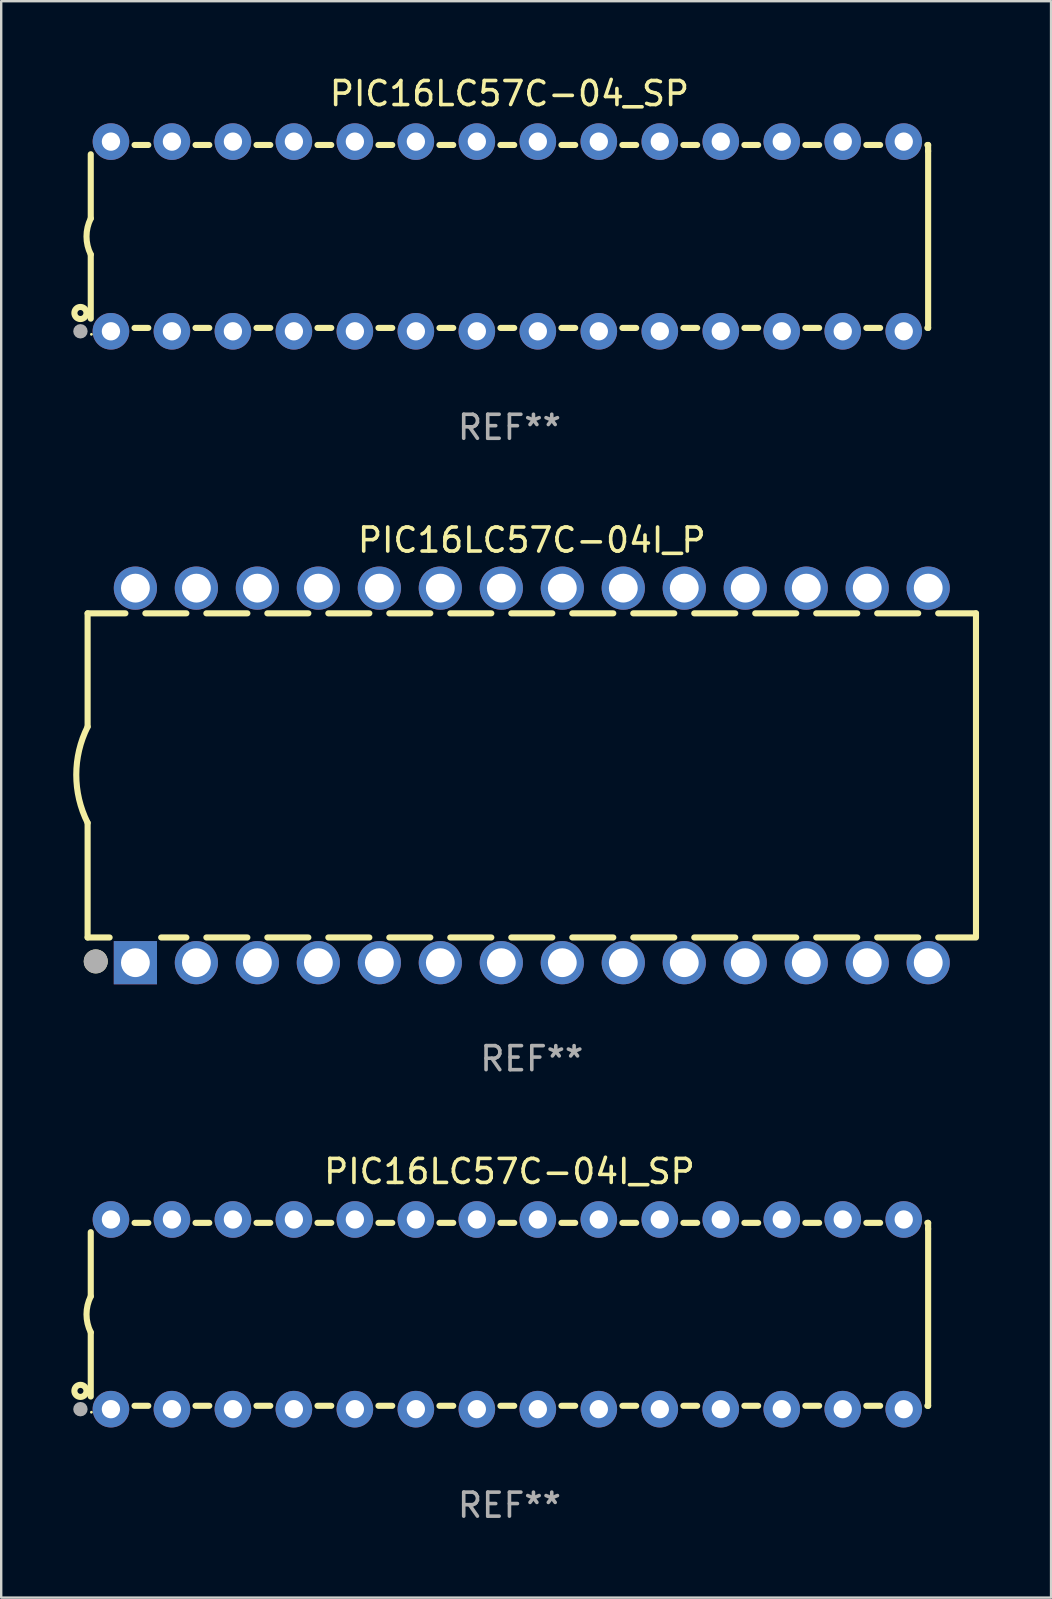
<source format=kicad_pcb>
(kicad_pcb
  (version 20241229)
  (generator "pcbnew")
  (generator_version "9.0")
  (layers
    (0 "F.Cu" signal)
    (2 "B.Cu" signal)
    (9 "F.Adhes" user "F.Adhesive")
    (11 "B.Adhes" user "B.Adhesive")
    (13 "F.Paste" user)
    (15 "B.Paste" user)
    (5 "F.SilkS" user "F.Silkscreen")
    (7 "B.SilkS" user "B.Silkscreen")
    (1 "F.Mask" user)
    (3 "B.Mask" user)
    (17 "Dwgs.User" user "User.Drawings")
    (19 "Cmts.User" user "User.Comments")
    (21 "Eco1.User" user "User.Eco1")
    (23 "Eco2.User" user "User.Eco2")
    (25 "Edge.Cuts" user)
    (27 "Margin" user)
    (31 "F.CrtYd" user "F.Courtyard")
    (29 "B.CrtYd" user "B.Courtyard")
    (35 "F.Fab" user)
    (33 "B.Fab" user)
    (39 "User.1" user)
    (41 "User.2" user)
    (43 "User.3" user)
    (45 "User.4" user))
  (footprint "PIC16LC57C-04I_P"
    (layer "F.Cu")
    (at 19.099 29.245)
    (property "Reference" "PIC16LC57C-04I_P" (at 0 -9.8 0) (layer "F.SilkS") (effects (font (size 1 1) (thickness 0.15))))
    (attr through_hole)
    (fp_line (start -18.5 -6.75) (end -18.5 -2.026) (stroke (width 0.254) (type solid)) (layer "F.SilkS"))
    (fp_line (start -18.5 -6.75) (end -16.926 -6.75) (stroke (width 0.254) (type solid)) (layer "F.SilkS"))
    (fp_line (start -18.5 6.75) (end -18.5 1.974) (stroke (width 0.254) (type solid)) (layer "F.SilkS"))
    (fp_line (start -18.5 6.75) (end -17.584 6.75) (stroke (width 0.254) (type solid)) (layer "F.SilkS"))
    (fp_line (start -16.094 -6.75) (end -14.386 -6.75) (stroke (width 0.254) (type solid)) (layer "F.SilkS"))
    (fp_line (start -15.436 6.75) (end -14.386 6.75) (stroke (width 0.254) (type solid)) (layer "F.SilkS"))
    (fp_line (start -13.554 -6.75) (end -11.846 -6.75) (stroke (width 0.254) (type solid)) (layer "F.SilkS"))
    (fp_line (start -13.554 6.75) (end -11.846 6.75) (stroke (width 0.254) (type solid)) (layer "F.SilkS"))
    (fp_line (start -11.014 -6.75) (end -9.306 -6.75) (stroke (width 0.254) (type solid)) (layer "F.SilkS"))
    (fp_line (start -11.014 6.75) (end -9.306 6.75) (stroke (width 0.254) (type solid)) (layer "F.SilkS"))
    (fp_line (start -8.474 -6.75) (end -6.766 -6.75) (stroke (width 0.254) (type solid)) (layer "F.SilkS"))
    (fp_line (start -8.474 6.75) (end -6.766 6.75) (stroke (width 0.254) (type solid)) (layer "F.SilkS"))
    (fp_line (start -5.934 -6.75) (end -4.226 -6.75) (stroke (width 0.254) (type solid)) (layer "F.SilkS"))
    (fp_line (start -5.934 6.75) (end -4.226 6.75) (stroke (width 0.254) (type solid)) (layer "F.SilkS"))
    (fp_line (start -3.394 -6.75) (end -1.686 -6.75) (stroke (width 0.254) (type solid)) (layer "F.SilkS"))
    (fp_line (start -3.394 6.75) (end -1.686 6.75) (stroke (width 0.254) (type solid)) (layer "F.SilkS"))
    (fp_line (start -0.854 -6.75) (end 0.854 -6.75) (stroke (width 0.254) (type solid)) (layer "F.SilkS"))
    (fp_line (start -0.854 6.75) (end 0.854 6.75) (stroke (width 0.254) (type solid)) (layer "F.SilkS"))
    (fp_line (start 1.686 -6.75) (end 3.394 -6.75) (stroke (width 0.254) (type solid)) (layer "F.SilkS"))
    (fp_line (start 1.686 6.75) (end 3.394 6.75) (stroke (width 0.254) (type solid)) (layer "F.SilkS"))
    (fp_line (start 4.226 -6.75) (end 5.934 -6.75) (stroke (width 0.254) (type solid)) (layer "F.SilkS"))
    (fp_line (start 4.226 6.75) (end 5.934 6.75) (stroke (width 0.254) (type solid)) (layer "F.SilkS"))
    (fp_line (start 6.766 -6.75) (end 8.474 -6.75) (stroke (width 0.254) (type solid)) (layer "F.SilkS"))
    (fp_line (start 6.766 6.75) (end 8.474 6.75) (stroke (width 0.254) (type solid)) (layer "F.SilkS"))
    (fp_line (start 9.306 -6.75) (end 11.014 -6.75) (stroke (width 0.254) (type solid)) (layer "F.SilkS"))
    (fp_line (start 9.306 6.75) (end 11.014 6.75) (stroke (width 0.254) (type solid)) (layer "F.SilkS"))
    (fp_line (start 11.846 -6.75) (end 13.554 -6.75) (stroke (width 0.254) (type solid)) (layer "F.SilkS"))
    (fp_line (start 11.846 6.75) (end 13.554 6.75) (stroke (width 0.254) (type solid)) (layer "F.SilkS"))
    (fp_line (start 14.386 -6.75) (end 16.094 -6.75) (stroke (width 0.254) (type solid)) (layer "F.SilkS"))
    (fp_line (start 14.386 6.75) (end 16.094 6.75) (stroke (width 0.254) (type solid)) (layer "F.SilkS"))
    (fp_line (start 16.926 -6.75) (end 18.5 -6.75) (stroke (width 0.254) (type solid)) (layer "F.SilkS"))
    (fp_line (start 16.926 6.75) (end 18.415 6.75) (stroke (width 0.254) (type solid)) (layer "F.SilkS"))
    (fp_line (start 18.5 6.75) (end 18.5 -6.75) (stroke (width 0.254) (type solid)) (layer "F.SilkS"))
    (fp_arc (start -18.500051 1.974384) (mid -18.972187 -0.025616) (end -18.500051 -2.025616) (stroke (width 0.254001) (type solid)) (layer "F.SilkS"))
    (fp_circle (center -18.5 7.8) (end -18.47 7.8) (stroke (width 0.06) (type solid)) (fill no) (layer "F.SilkS"))
    (fp_circle (center -18.161 7.747) (end -17.911 7.747) (stroke (width 0.5) (type solid)) (fill no) (layer "F.SilkS"))
    (fp_circle (center -18.161 7.747) (end -17.911 7.747) (stroke (width 0.5) (type solid)) (fill no) (layer "F.Fab"))
    (fp_text user "REF**" (at 0 11.8 0) (layer "F.Fab") (effects (font (size 1 1) (thickness 0.15))))
    (pad "1" thru_hole rect (at -16.51 7.8) (size 1.8 1.8) (drill 1.2) (layers "*.Cu" "*.Mask"))
    (pad "2" thru_hole circle (at -13.97 7.8) (size 1.8 1.8) (drill 1.2) (layers "*.Cu" "*.Mask"))
    (pad "3" thru_hole circle (at -11.43 7.8) (size 1.8 1.8) (drill 1.2) (layers "*.Cu" "*.Mask"))
    (pad "4" thru_hole circle (at -8.89 7.8) (size 1.8 1.8) (drill 1.2) (layers "*.Cu" "*.Mask"))
    (pad "5" thru_hole circle (at -6.35 7.8) (size 1.8 1.8) (drill 1.2) (layers "*.Cu" "*.Mask"))
    (pad "6" thru_hole circle (at -3.81 7.8) (size 1.8 1.8) (drill 1.2) (layers "*.Cu" "*.Mask"))
    (pad "7" thru_hole circle (at -1.27 7.8) (size 1.8 1.8) (drill 1.2) (layers "*.Cu" "*.Mask"))
    (pad "8" thru_hole circle (at 1.27 7.8) (size 1.8 1.8) (drill 1.2) (layers "*.Cu" "*.Mask"))
    (pad "9" thru_hole circle (at 3.81 7.8) (size 1.8 1.8) (drill 1.2) (layers "*.Cu" "*.Mask"))
    (pad "10" thru_hole circle (at 6.35 7.8) (size 1.8 1.8) (drill 1.2) (layers "*.Cu" "*.Mask"))
    (pad "11" thru_hole circle (at 8.89 7.8) (size 1.8 1.8) (drill 1.2) (layers "*.Cu" "*.Mask"))
    (pad "12" thru_hole circle (at 11.43 7.8) (size 1.8 1.8) (drill 1.2) (layers "*.Cu" "*.Mask"))
    (pad "13" thru_hole circle (at 13.97 7.8) (size 1.8 1.8) (drill 1.2) (layers "*.Cu" "*.Mask"))
    (pad "14" thru_hole circle (at 16.51 7.8) (size 1.8 1.8) (drill 1.2) (layers "*.Cu" "*.Mask"))
    (pad "15" thru_hole circle (at 16.51 -7.8) (size 1.8 1.8) (drill 1.2) (layers "*.Cu" "*.Mask"))
    (pad "16" thru_hole circle (at 13.97 -7.8) (size 1.8 1.8) (drill 1.2) (layers "*.Cu" "*.Mask"))
    (pad "17" thru_hole circle (at 11.43 -7.8) (size 1.8 1.8) (drill 1.2) (layers "*.Cu" "*.Mask"))
    (pad "18" thru_hole circle (at 8.89 -7.8) (size 1.8 1.8) (drill 1.2) (layers "*.Cu" "*.Mask"))
    (pad "19" thru_hole circle (at 6.35 -7.8) (size 1.8 1.8) (drill 1.2) (layers "*.Cu" "*.Mask"))
    (pad "20" thru_hole circle (at 3.81 -7.8) (size 1.8 1.8) (drill 1.2) (layers "*.Cu" "*.Mask"))
    (pad "21" thru_hole circle (at 1.27 -7.8) (size 1.8 1.8) (drill 1.2) (layers "*.Cu" "*.Mask"))
    (pad "22" thru_hole circle (at -1.27 -7.8) (size 1.8 1.8) (drill 1.2) (layers "*.Cu" "*.Mask"))
    (pad "23" thru_hole circle (at -3.81 -7.8) (size 1.8 1.8) (drill 1.2) (layers "*.Cu" "*.Mask"))
    (pad "24" thru_hole circle (at -6.35 -7.8) (size 1.8 1.8) (drill 1.2) (layers "*.Cu" "*.Mask"))
    (pad "25" thru_hole circle (at -8.89 -7.8) (size 1.8 1.8) (drill 1.2) (layers "*.Cu" "*.Mask"))
    (pad "26" thru_hole circle (at -11.43 -7.8) (size 1.8 1.8) (drill 1.2) (layers "*.Cu" "*.Mask"))
    (pad "27" thru_hole circle (at -13.97 -7.8) (size 1.8 1.8) (drill 1.2) (layers "*.Cu" "*.Mask"))
    (pad "28" thru_hole circle (at -16.51 -7.8) (size 1.8 1.8) (drill 1.2) (layers "*.Cu" "*.Mask")))
  (footprint "PIC16LC57C-04I_SP"
    (layer "F.Cu")
    (at 18.168 51.691)
    (property "Reference" "PIC16LC57C-04I_SP" (at 0 -5.95 0) (layer "F.SilkS") (effects (font (size 1 1) (thickness 0.15))))
    (attr through_hole)
    (fp_line (start -17.438 0.75) (end -17.438 3.423) (stroke (width 0.254) (type solid)) (layer "F.SilkS"))
    (fp_line (start -17.438 -3.423) (end -17.438 -0.75) (stroke (width 0.254) (type solid)) (layer "F.SilkS"))
    (fp_line (start -15.615 3.81) (end -15.041 3.81) (stroke (width 0.254) (type solid)) (layer "F.SilkS"))
    (fp_line (start -15.041 -3.81) (end -15.614 -3.81) (stroke (width 0.254) (type solid)) (layer "F.SilkS"))
    (fp_line (start -13.075 3.81) (end -12.501 3.81) (stroke (width 0.254) (type solid)) (layer "F.SilkS"))
    (fp_line (start -12.501 -3.81) (end -13.074 -3.81) (stroke (width 0.254) (type solid)) (layer "F.SilkS"))
    (fp_line (start -10.535 3.81) (end -9.961 3.81) (stroke (width 0.254) (type solid)) (layer "F.SilkS"))
    (fp_line (start -9.961 -3.81) (end -10.534 -3.81) (stroke (width 0.254) (type solid)) (layer "F.SilkS"))
    (fp_line (start -7.995 3.81) (end -7.421 3.81) (stroke (width 0.254) (type solid)) (layer "F.SilkS"))
    (fp_line (start -7.421 -3.81) (end -7.995 -3.81) (stroke (width 0.254) (type solid)) (layer "F.SilkS"))
    (fp_line (start -5.455 3.81) (end -4.881 3.81) (stroke (width 0.254) (type solid)) (layer "F.SilkS"))
    (fp_line (start -4.881 -3.81) (end -5.455 -3.81) (stroke (width 0.254) (type solid)) (layer "F.SilkS"))
    (fp_line (start -2.915 3.81) (end -2.341 3.81) (stroke (width 0.254) (type solid)) (layer "F.SilkS"))
    (fp_line (start -2.341 -3.81) (end -2.915 -3.81) (stroke (width 0.254) (type solid)) (layer "F.SilkS"))
    (fp_line (start -0.375 3.81) (end 0.199 3.81) (stroke (width 0.254) (type solid)) (layer "F.SilkS"))
    (fp_line (start 0.199 -3.81) (end -0.375 -3.81) (stroke (width 0.254) (type solid)) (layer "F.SilkS"))
    (fp_line (start 2.165 3.81) (end 2.739 3.81) (stroke (width 0.254) (type solid)) (layer "F.SilkS"))
    (fp_line (start 2.739 -3.81) (end 2.165 -3.81) (stroke (width 0.254) (type solid)) (layer "F.SilkS"))
    (fp_line (start 4.705 3.81) (end 5.279 3.81) (stroke (width 0.254) (type solid)) (layer "F.SilkS"))
    (fp_line (start 5.279 -3.81) (end 4.705 -3.81) (stroke (width 0.254) (type solid)) (layer "F.SilkS"))
    (fp_line (start 7.245 3.81) (end 7.819 3.81) (stroke (width 0.254) (type solid)) (layer "F.SilkS"))
    (fp_line (start 7.819 -3.81) (end 7.245 -3.81) (stroke (width 0.254) (type solid)) (layer "F.SilkS"))
    (fp_line (start 9.785 3.81) (end 10.359 3.81) (stroke (width 0.254) (type solid)) (layer "F.SilkS"))
    (fp_line (start 10.359 -3.81) (end 9.785 -3.81) (stroke (width 0.254) (type solid)) (layer "F.SilkS"))
    (fp_line (start 12.325 3.81) (end 12.899 3.81) (stroke (width 0.254) (type solid)) (layer "F.SilkS"))
    (fp_line (start 12.899 -3.81) (end 12.325 -3.81) (stroke (width 0.254) (type solid)) (layer "F.SilkS"))
    (fp_line (start 14.865 3.81) (end 15.439 3.81) (stroke (width 0.254) (type solid)) (layer "F.SilkS"))
    (fp_line (start 15.439 -3.81) (end 14.865 -3.81) (stroke (width 0.254) (type solid)) (layer "F.SilkS"))
    (fp_line (start 17.405 3.81) (end 17.438 3.81) (stroke (width 0.254) (type solid)) (layer "F.SilkS"))
    (fp_line (start 17.438 -3.81) (end 17.405 -3.81) (stroke (width 0.254) (type solid)) (layer "F.SilkS"))
    (fp_line (start 17.438 -3.556) (end 17.438 -3.81) (stroke (width 0.254) (type solid)) (layer "F.SilkS"))
    (fp_line (start 17.438 3.81) (end 17.438 -3.556) (stroke (width 0.254) (type solid)) (layer "F.SilkS"))
    (fp_arc (start -17.437986 0.749657) (mid -17.614887 -0.000024) (end -17.437783 -0.749657) (stroke (width 0.254001) (type solid)) (layer "F.SilkS"))
    (fp_circle (center -17.868 3.188) (end -17.743 3.188) (stroke (width 0.254) (type solid)) (fill no) (layer "F.SilkS"))
    (fp_circle (center -17.411 4.077) (end -17.381 4.077) (stroke (width 0.06) (type solid)) (fill no) (layer "F.SilkS"))
    (fp_circle (center -17.868 3.95) (end -17.718 3.95) (stroke (width 0.3) (type solid)) (fill no) (layer "F.Fab"))
    (fp_text user "REF**" (at 0 7.95 0) (layer "F.Fab") (effects (font (size 1 1) (thickness 0.15))))
    (pad "1" thru_hole circle (at -16.598 3.95) (size 1.524 1.524) (drill 0.762) (layers "*.Cu" "*.Mask"))
    (pad "2" thru_hole circle (at -14.058 3.95) (size 1.524 1.524) (drill 0.762) (layers "*.Cu" "*.Mask"))
    (pad "3" thru_hole circle (at -11.518 3.95) (size 1.524 1.524) (drill 0.762) (layers "*.Cu" "*.Mask"))
    (pad "4" thru_hole circle (at -8.978 3.95) (size 1.524 1.524) (drill 0.762) (layers "*.Cu" "*.Mask"))
    (pad "5" thru_hole circle (at -6.438 3.95) (size 1.524 1.524) (drill 0.762) (layers "*.Cu" "*.Mask"))
    (pad "6" thru_hole circle (at -3.898 3.95) (size 1.524 1.524) (drill 0.762) (layers "*.Cu" "*.Mask"))
    (pad "7" thru_hole circle (at -1.358 3.95) (size 1.524 1.524) (drill 0.762) (layers "*.Cu" "*.Mask"))
    (pad "8" thru_hole circle (at 1.182 3.95) (size 1.524 1.524) (drill 0.762) (layers "*.Cu" "*.Mask"))
    (pad "9" thru_hole circle (at 3.722 3.95) (size 1.524 1.524) (drill 0.762) (layers "*.Cu" "*.Mask"))
    (pad "10" thru_hole circle (at 6.262 3.95) (size 1.524 1.524) (drill 0.762) (layers "*.Cu" "*.Mask"))
    (pad "11" thru_hole circle (at 8.802 3.95) (size 1.524 1.524) (drill 0.762) (layers "*.Cu" "*.Mask"))
    (pad "12" thru_hole circle (at 11.342 3.95) (size 1.524 1.524) (drill 0.762) (layers "*.Cu" "*.Mask"))
    (pad "13" thru_hole circle (at 13.882 3.95) (size 1.524 1.524) (drill 0.762) (layers "*.Cu" "*.Mask"))
    (pad "14" thru_hole circle (at 16.422 3.95) (size 1.524 1.524) (drill 0.762) (layers "*.Cu" "*.Mask"))
    (pad "15" thru_hole circle (at 16.422 -3.95) (size 1.524 1.524) (drill 0.762) (layers "*.Cu" "*.Mask"))
    (pad "16" thru_hole circle (at 13.882 -3.95) (size 1.524 1.524) (drill 0.762) (layers "*.Cu" "*.Mask"))
    (pad "17" thru_hole circle (at 11.342 -3.95) (size 1.524 1.524) (drill 0.762) (layers "*.Cu" "*.Mask"))
    (pad "18" thru_hole circle (at 8.802 -3.95) (size 1.524 1.524) (drill 0.762) (layers "*.Cu" "*.Mask"))
    (pad "19" thru_hole circle (at 6.262 -3.95) (size 1.524 1.524) (drill 0.762) (layers "*.Cu" "*.Mask"))
    (pad "20" thru_hole circle (at 3.722 -3.95) (size 1.524 1.524) (drill 0.762) (layers "*.Cu" "*.Mask"))
    (pad "21" thru_hole circle (at 1.182 -3.95) (size 1.524 1.524) (drill 0.762) (layers "*.Cu" "*.Mask"))
    (pad "22" thru_hole circle (at -1.358 -3.95) (size 1.524 1.524) (drill 0.762) (layers "*.Cu" "*.Mask"))
    (pad "23" thru_hole circle (at -3.898 -3.95) (size 1.524 1.524) (drill 0.762) (layers "*.Cu" "*.Mask"))
    (pad "24" thru_hole circle (at -6.438 -3.95) (size 1.524 1.524) (drill 0.762) (layers "*.Cu" "*.Mask"))
    (pad "25" thru_hole circle (at -8.978 -3.95) (size 1.524 1.524) (drill 0.762) (layers "*.Cu" "*.Mask"))
    (pad "26" thru_hole circle (at -11.517 -3.95) (size 1.524 1.524) (drill 0.762) (layers "*.Cu" "*.Mask"))
    (pad "27" thru_hole circle (at -14.057 -3.95) (size 1.524 1.524) (drill 0.762) (layers "*.Cu" "*.Mask"))
    (pad "28" thru_hole circle (at -16.597 -3.95) (size 1.524 1.524) (drill 0.762) (layers "*.Cu" "*.Mask")))
  (footprint "PIC16LC57C-04_SP"
    (layer "F.Cu")
    (at 18.168 6.798)
    (property "Reference" "PIC16LC57C-04_SP" (at 0 -5.95 0) (layer "F.SilkS") (effects (font (size 1 1) (thickness 0.15))))
    (attr through_hole)
    (fp_line (start -17.438 0.75) (end -17.438 3.423) (stroke (width 0.254) (type solid)) (layer "F.SilkS"))
    (fp_line (start -17.438 -3.423) (end -17.438 -0.75) (stroke (width 0.254) (type solid)) (layer "F.SilkS"))
    (fp_line (start -15.615 3.81) (end -15.041 3.81) (stroke (width 0.254) (type solid)) (layer "F.SilkS"))
    (fp_line (start -15.041 -3.81) (end -15.614 -3.81) (stroke (width 0.254) (type solid)) (layer "F.SilkS"))
    (fp_line (start -13.075 3.81) (end -12.501 3.81) (stroke (width 0.254) (type solid)) (layer "F.SilkS"))
    (fp_line (start -12.501 -3.81) (end -13.074 -3.81) (stroke (width 0.254) (type solid)) (layer "F.SilkS"))
    (fp_line (start -10.535 3.81) (end -9.961 3.81) (stroke (width 0.254) (type solid)) (layer "F.SilkS"))
    (fp_line (start -9.961 -3.81) (end -10.534 -3.81) (stroke (width 0.254) (type solid)) (layer "F.SilkS"))
    (fp_line (start -7.995 3.81) (end -7.421 3.81) (stroke (width 0.254) (type solid)) (layer "F.SilkS"))
    (fp_line (start -7.421 -3.81) (end -7.995 -3.81) (stroke (width 0.254) (type solid)) (layer "F.SilkS"))
    (fp_line (start -5.455 3.81) (end -4.881 3.81) (stroke (width 0.254) (type solid)) (layer "F.SilkS"))
    (fp_line (start -4.881 -3.81) (end -5.455 -3.81) (stroke (width 0.254) (type solid)) (layer "F.SilkS"))
    (fp_line (start -2.915 3.81) (end -2.341 3.81) (stroke (width 0.254) (type solid)) (layer "F.SilkS"))
    (fp_line (start -2.341 -3.81) (end -2.915 -3.81) (stroke (width 0.254) (type solid)) (layer "F.SilkS"))
    (fp_line (start -0.375 3.81) (end 0.199 3.81) (stroke (width 0.254) (type solid)) (layer "F.SilkS"))
    (fp_line (start 0.199 -3.81) (end -0.375 -3.81) (stroke (width 0.254) (type solid)) (layer "F.SilkS"))
    (fp_line (start 2.165 3.81) (end 2.739 3.81) (stroke (width 0.254) (type solid)) (layer "F.SilkS"))
    (fp_line (start 2.739 -3.81) (end 2.165 -3.81) (stroke (width 0.254) (type solid)) (layer "F.SilkS"))
    (fp_line (start 4.705 3.81) (end 5.279 3.81) (stroke (width 0.254) (type solid)) (layer "F.SilkS"))
    (fp_line (start 5.279 -3.81) (end 4.705 -3.81) (stroke (width 0.254) (type solid)) (layer "F.SilkS"))
    (fp_line (start 7.245 3.81) (end 7.819 3.81) (stroke (width 0.254) (type solid)) (layer "F.SilkS"))
    (fp_line (start 7.819 -3.81) (end 7.245 -3.81) (stroke (width 0.254) (type solid)) (layer "F.SilkS"))
    (fp_line (start 9.785 3.81) (end 10.359 3.81) (stroke (width 0.254) (type solid)) (layer "F.SilkS"))
    (fp_line (start 10.359 -3.81) (end 9.785 -3.81) (stroke (width 0.254) (type solid)) (layer "F.SilkS"))
    (fp_line (start 12.325 3.81) (end 12.899 3.81) (stroke (width 0.254) (type solid)) (layer "F.SilkS"))
    (fp_line (start 12.899 -3.81) (end 12.325 -3.81) (stroke (width 0.254) (type solid)) (layer "F.SilkS"))
    (fp_line (start 14.865 3.81) (end 15.439 3.81) (stroke (width 0.254) (type solid)) (layer "F.SilkS"))
    (fp_line (start 15.439 -3.81) (end 14.865 -3.81) (stroke (width 0.254) (type solid)) (layer "F.SilkS"))
    (fp_line (start 17.405 3.81) (end 17.438 3.81) (stroke (width 0.254) (type solid)) (layer "F.SilkS"))
    (fp_line (start 17.438 -3.81) (end 17.405 -3.81) (stroke (width 0.254) (type solid)) (layer "F.SilkS"))
    (fp_line (start 17.438 -3.556) (end 17.438 -3.81) (stroke (width 0.254) (type solid)) (layer "F.SilkS"))
    (fp_line (start 17.438 3.81) (end 17.438 -3.556) (stroke (width 0.254) (type solid)) (layer "F.SilkS"))
    (fp_arc (start -17.437986 0.749657) (mid -17.614887 -0.000024) (end -17.437783 -0.749657) (stroke (width 0.254001) (type solid)) (layer "F.SilkS"))
    (fp_circle (center -17.868 3.188) (end -17.743 3.188) (stroke (width 0.254) (type solid)) (fill no) (layer "F.SilkS"))
    (fp_circle (center -17.411 4.077) (end -17.381 4.077) (stroke (width 0.06) (type solid)) (fill no) (layer "F.SilkS"))
    (fp_circle (center -17.868 3.95) (end -17.718 3.95) (stroke (width 0.3) (type solid)) (fill no) (layer "F.Fab"))
    (fp_text user "REF**" (at 0 7.95 0) (layer "F.Fab") (effects (font (size 1 1) (thickness 0.15))))
    (pad "1" thru_hole circle (at -16.598 3.95) (size 1.524 1.524) (drill 0.762) (layers "*.Cu" "*.Mask"))
    (pad "2" thru_hole circle (at -14.058 3.95) (size 1.524 1.524) (drill 0.762) (layers "*.Cu" "*.Mask"))
    (pad "3" thru_hole circle (at -11.518 3.95) (size 1.524 1.524) (drill 0.762) (layers "*.Cu" "*.Mask"))
    (pad "4" thru_hole circle (at -8.978 3.95) (size 1.524 1.524) (drill 0.762) (layers "*.Cu" "*.Mask"))
    (pad "5" thru_hole circle (at -6.438 3.95) (size 1.524 1.524) (drill 0.762) (layers "*.Cu" "*.Mask"))
    (pad "6" thru_hole circle (at -3.898 3.95) (size 1.524 1.524) (drill 0.762) (layers "*.Cu" "*.Mask"))
    (pad "7" thru_hole circle (at -1.358 3.95) (size 1.524 1.524) (drill 0.762) (layers "*.Cu" "*.Mask"))
    (pad "8" thru_hole circle (at 1.182 3.95) (size 1.524 1.524) (drill 0.762) (layers "*.Cu" "*.Mask"))
    (pad "9" thru_hole circle (at 3.722 3.95) (size 1.524 1.524) (drill 0.762) (layers "*.Cu" "*.Mask"))
    (pad "10" thru_hole circle (at 6.262 3.95) (size 1.524 1.524) (drill 0.762) (layers "*.Cu" "*.Mask"))
    (pad "11" thru_hole circle (at 8.802 3.95) (size 1.524 1.524) (drill 0.762) (layers "*.Cu" "*.Mask"))
    (pad "12" thru_hole circle (at 11.342 3.95) (size 1.524 1.524) (drill 0.762) (layers "*.Cu" "*.Mask"))
    (pad "13" thru_hole circle (at 13.882 3.95) (size 1.524 1.524) (drill 0.762) (layers "*.Cu" "*.Mask"))
    (pad "14" thru_hole circle (at 16.422 3.95) (size 1.524 1.524) (drill 0.762) (layers "*.Cu" "*.Mask"))
    (pad "15" thru_hole circle (at 16.422 -3.95) (size 1.524 1.524) (drill 0.762) (layers "*.Cu" "*.Mask"))
    (pad "16" thru_hole circle (at 13.882 -3.95) (size 1.524 1.524) (drill 0.762) (layers "*.Cu" "*.Mask"))
    (pad "17" thru_hole circle (at 11.342 -3.95) (size 1.524 1.524) (drill 0.762) (layers "*.Cu" "*.Mask"))
    (pad "18" thru_hole circle (at 8.802 -3.95) (size 1.524 1.524) (drill 0.762) (layers "*.Cu" "*.Mask"))
    (pad "19" thru_hole circle (at 6.262 -3.95) (size 1.524 1.524) (drill 0.762) (layers "*.Cu" "*.Mask"))
    (pad "20" thru_hole circle (at 3.722 -3.95) (size 1.524 1.524) (drill 0.762) (layers "*.Cu" "*.Mask"))
    (pad "21" thru_hole circle (at 1.182 -3.95) (size 1.524 1.524) (drill 0.762) (layers "*.Cu" "*.Mask"))
    (pad "22" thru_hole circle (at -1.358 -3.95) (size 1.524 1.524) (drill 0.762) (layers "*.Cu" "*.Mask"))
    (pad "23" thru_hole circle (at -3.898 -3.95) (size 1.524 1.524) (drill 0.762) (layers "*.Cu" "*.Mask"))
    (pad "24" thru_hole circle (at -6.438 -3.95) (size 1.524 1.524) (drill 0.762) (layers "*.Cu" "*.Mask"))
    (pad "25" thru_hole circle (at -8.978 -3.95) (size 1.524 1.524) (drill 0.762) (layers "*.Cu" "*.Mask"))
    (pad "26" thru_hole circle (at -11.517 -3.95) (size 1.524 1.524) (drill 0.762) (layers "*.Cu" "*.Mask"))
    (pad "27" thru_hole circle (at -14.057 -3.95) (size 1.524 1.524) (drill 0.762) (layers "*.Cu" "*.Mask"))
    (pad "28" thru_hole circle (at -16.597 -3.95) (size 1.524 1.524) (drill 0.762) (layers "*.Cu" "*.Mask")))
  (gr_rect
    (start -3 -3)
    (end 40.726 63.489)
    (stroke (width 0.1) (type default))
    (fill no)
    (layer "Edge.Cuts")))
</source>
